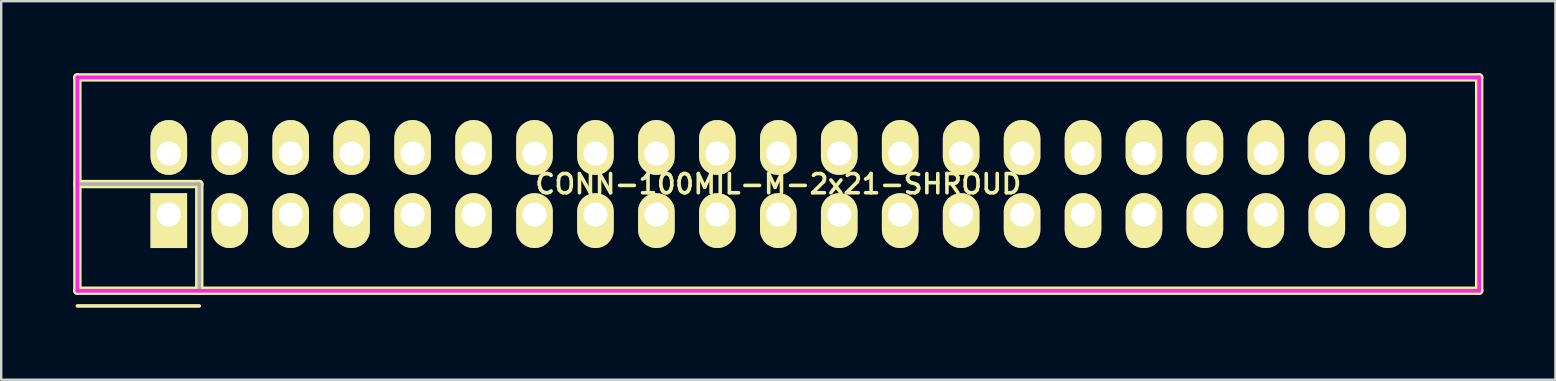
<source format=kicad_pcb>
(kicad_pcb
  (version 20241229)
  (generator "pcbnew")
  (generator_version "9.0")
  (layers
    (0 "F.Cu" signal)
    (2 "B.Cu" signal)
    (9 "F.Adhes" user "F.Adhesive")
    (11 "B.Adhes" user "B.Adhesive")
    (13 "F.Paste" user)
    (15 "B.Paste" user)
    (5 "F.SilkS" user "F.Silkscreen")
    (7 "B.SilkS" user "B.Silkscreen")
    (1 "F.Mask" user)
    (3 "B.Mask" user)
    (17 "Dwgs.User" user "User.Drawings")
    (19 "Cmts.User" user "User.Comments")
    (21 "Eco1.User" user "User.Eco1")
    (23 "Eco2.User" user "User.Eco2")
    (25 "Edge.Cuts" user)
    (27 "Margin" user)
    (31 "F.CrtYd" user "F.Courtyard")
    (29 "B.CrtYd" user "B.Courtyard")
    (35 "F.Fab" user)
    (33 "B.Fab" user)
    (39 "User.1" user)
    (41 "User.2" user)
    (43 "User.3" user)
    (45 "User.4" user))
  (footprint "CONN-100MIL-M-2x21-SHROUD"
    (layer "F.Cu")
    (at 29.385 4.62)
    (property "Reference" "CONN-100MIL-M-2x21-SHROUD" (at 0 0 0) (layer "F.SilkS") (effects (font (size 0.8 0.8) (thickness 0.15))))
    (attr through_hole)
    (fp_line (start -29.21 -4.445) (end 29.21 -4.445) (stroke (width 0.35) (type solid)) (layer "F.SilkS"))
    (fp_line (start -29.21 0) (end -24.13 0) (stroke (width 0.35) (type solid)) (layer "F.SilkS"))
    (fp_line (start -29.21 4.445) (end -29.21 -4.445) (stroke (width 0.35) (type solid)) (layer "F.SilkS"))
    (fp_line (start -29.21 5.08) (end -24.13 5.08) (stroke (width 0.15) (type solid)) (layer "F.SilkS"))
    (fp_line (start -24.13 0) (end -24.13 4.445) (stroke (width 0.35) (type solid)) (layer "F.SilkS"))
    (fp_line (start 29.21 -4.445) (end 29.21 4.445) (stroke (width 0.35) (type solid)) (layer "F.SilkS"))
    (fp_line (start 29.21 4.445) (end -29.21 4.445) (stroke (width 0.35) (type solid)) (layer "F.SilkS"))
    (fp_line (start -29.21 -4.445) (end 29.21 -4.445) (stroke (width 0.15) (type solid)) (layer "F.CrtYd"))
    (fp_line (start -29.21 4.445) (end -29.21 -4.445) (stroke (width 0.15) (type solid)) (layer "F.CrtYd"))
    (fp_line (start 29.21 -4.445) (end 29.21 4.445) (stroke (width 0.15) (type solid)) (layer "F.CrtYd"))
    (fp_line (start 29.21 4.445) (end -29.21 4.445) (stroke (width 0.15) (type solid)) (layer "F.CrtYd"))
    (fp_line (start -29.21 -4.445) (end 29.21 -4.445) (stroke (width 0.15) (type solid)) (layer "F.Fab"))
    (fp_line (start -29.21 0) (end -24.13 0) (stroke (width 0.15) (type solid)) (layer "F.Fab"))
    (fp_line (start -29.21 4.445) (end -29.21 -4.445) (stroke (width 0.15) (type solid)) (layer "F.Fab"))
    (fp_line (start -24.13 0) (end -24.13 4.445) (stroke (width 0.15) (type solid)) (layer "F.Fab"))
    (fp_line (start 29.21 -4.445) (end 29.21 4.445) (stroke (width 0.15) (type solid)) (layer "F.Fab"))
    (fp_line (start 29.21 4.445) (end -29.21 4.445) (stroke (width 0.15) (type solid)) (layer "F.Fab"))
    (pad "1" thru_hole rect (at -25.4 1.27) (size 1.524 2.286) (drill 1 (offset 0 0.254)) (layers "*.Cu" "*.Mask" "F.SilkS"))
    (pad "2" thru_hole oval (at -25.4 -1.27) (size 1.524 2.286) (drill 1 (offset 0 -0.254)) (layers "*.Cu" "*.Mask" "F.SilkS"))
    (pad "3" thru_hole oval (at -22.86 1.27) (size 1.524 2.286) (drill 1 (offset 0 0.254)) (layers "*.Cu" "*.Mask" "F.SilkS"))
    (pad "4" thru_hole oval (at -22.86 -1.27) (size 1.524 2.286) (drill 1 (offset 0 -0.254)) (layers "*.Cu" "*.Mask" "F.SilkS"))
    (pad "5" thru_hole oval (at -20.32 1.27) (size 1.524 2.286) (drill 1 (offset 0 0.254)) (layers "*.Cu" "*.Mask" "F.SilkS"))
    (pad "6" thru_hole oval (at -20.32 -1.27) (size 1.524 2.286) (drill 1 (offset 0 -0.254)) (layers "*.Cu" "*.Mask" "F.SilkS"))
    (pad "7" thru_hole oval (at -17.78 1.27) (size 1.524 2.286) (drill 1 (offset 0 0.254)) (layers "*.Cu" "*.Mask" "F.SilkS"))
    (pad "8" thru_hole oval (at -17.78 -1.27) (size 1.524 2.286) (drill 1 (offset 0 -0.254)) (layers "*.Cu" "*.Mask" "F.SilkS"))
    (pad "9" thru_hole oval (at -15.24 1.27) (size 1.524 2.286) (drill 1 (offset 0 0.254)) (layers "*.Cu" "*.Mask" "F.SilkS"))
    (pad "10" thru_hole oval (at -15.24 -1.27) (size 1.524 2.286) (drill 1 (offset 0 -0.254)) (layers "*.Cu" "*.Mask" "F.SilkS"))
    (pad "11" thru_hole oval (at -12.7 1.27) (size 1.524 2.286) (drill 1 (offset 0 0.254)) (layers "*.Cu" "*.Mask" "F.SilkS"))
    (pad "12" thru_hole oval (at -12.7 -1.27) (size 1.524 2.286) (drill 1 (offset 0 -0.254)) (layers "*.Cu" "*.Mask" "F.SilkS"))
    (pad "13" thru_hole oval (at -10.16 1.27) (size 1.524 2.286) (drill 1 (offset 0 0.254)) (layers "*.Cu" "*.Mask" "F.SilkS"))
    (pad "14" thru_hole oval (at -10.16 -1.27) (size 1.524 2.286) (drill 1 (offset 0 -0.254)) (layers "*.Cu" "*.Mask" "F.SilkS"))
    (pad "15" thru_hole oval (at -7.62 1.27) (size 1.524 2.286) (drill 1 (offset 0 0.254)) (layers "*.Cu" "*.Mask" "F.SilkS"))
    (pad "16" thru_hole oval (at -7.62 -1.27) (size 1.524 2.286) (drill 1 (offset 0 -0.254)) (layers "*.Cu" "*.Mask" "F.SilkS"))
    (pad "17" thru_hole oval (at -5.08 1.27) (size 1.524 2.286) (drill 1 (offset 0 0.254)) (layers "*.Cu" "*.Mask" "F.SilkS"))
    (pad "18" thru_hole oval (at -5.08 -1.27) (size 1.524 2.286) (drill 1 (offset 0 -0.254)) (layers "*.Cu" "*.Mask" "F.SilkS"))
    (pad "19" thru_hole oval (at -2.54 1.27) (size 1.524 2.286) (drill 1 (offset 0 0.254)) (layers "*.Cu" "*.Mask" "F.SilkS"))
    (pad "20" thru_hole oval (at -2.54 -1.27) (size 1.524 2.286) (drill 1 (offset 0 -0.254)) (layers "*.Cu" "*.Mask" "F.SilkS"))
    (pad "21" thru_hole oval (at 0 1.27) (size 1.524 2.286) (drill 1 (offset 0 0.254)) (layers "*.Cu" "*.Mask" "F.SilkS"))
    (pad "22" thru_hole oval (at 0 -1.27) (size 1.524 2.286) (drill 1 (offset 0 -0.254)) (layers "*.Cu" "*.Mask" "F.SilkS"))
    (pad "23" thru_hole oval (at 2.54 1.27) (size 1.524 2.286) (drill 1 (offset 0 0.254)) (layers "*.Cu" "*.Mask" "F.SilkS"))
    (pad "24" thru_hole oval (at 2.54 -1.27) (size 1.524 2.286) (drill 1 (offset 0 -0.254)) (layers "*.Cu" "*.Mask" "F.SilkS"))
    (pad "25" thru_hole oval (at 5.08 1.27) (size 1.524 2.286) (drill 1 (offset 0 0.254)) (layers "*.Cu" "*.Mask" "F.SilkS"))
    (pad "26" thru_hole oval (at 5.08 -1.27) (size 1.524 2.286) (drill 1 (offset 0 -0.254)) (layers "*.Cu" "*.Mask" "F.SilkS"))
    (pad "27" thru_hole oval (at 7.62 1.27) (size 1.524 2.286) (drill 1 (offset 0 0.254)) (layers "*.Cu" "*.Mask" "F.SilkS"))
    (pad "28" thru_hole oval (at 7.62 -1.27) (size 1.524 2.286) (drill 1 (offset 0 -0.254)) (layers "*.Cu" "*.Mask" "F.SilkS"))
    (pad "29" thru_hole oval (at 10.16 1.27) (size 1.524 2.286) (drill 1 (offset 0 0.254)) (layers "*.Cu" "*.Mask" "F.SilkS"))
    (pad "30" thru_hole oval (at 10.16 -1.27) (size 1.524 2.286) (drill 1 (offset 0 -0.254)) (layers "*.Cu" "*.Mask" "F.SilkS"))
    (pad "31" thru_hole oval (at 12.7 1.27) (size 1.524 2.286) (drill 1 (offset 0 0.254)) (layers "*.Cu" "*.Mask" "F.SilkS"))
    (pad "32" thru_hole oval (at 12.7 -1.27) (size 1.524 2.286) (drill 1 (offset 0 -0.254)) (layers "*.Cu" "*.Mask" "F.SilkS"))
    (pad "33" thru_hole oval (at 15.24 1.27) (size 1.524 2.286) (drill 1 (offset 0 0.254)) (layers "*.Cu" "*.Mask" "F.SilkS"))
    (pad "34" thru_hole oval (at 15.24 -1.27) (size 1.524 2.286) (drill 1 (offset 0 -0.254)) (layers "*.Cu" "*.Mask" "F.SilkS"))
    (pad "35" thru_hole oval (at 17.78 1.27) (size 1.524 2.286) (drill 1 (offset 0 0.254)) (layers "*.Cu" "*.Mask" "F.SilkS"))
    (pad "36" thru_hole oval (at 17.78 -1.27) (size 1.524 2.286) (drill 1 (offset 0 -0.254)) (layers "*.Cu" "*.Mask" "F.SilkS"))
    (pad "37" thru_hole oval (at 20.32 1.27) (size 1.524 2.286) (drill 1 (offset 0 0.254)) (layers "*.Cu" "*.Mask" "F.SilkS"))
    (pad "38" thru_hole oval (at 20.32 -1.27) (size 1.524 2.286) (drill 1 (offset 0 -0.254)) (layers "*.Cu" "*.Mask" "F.SilkS"))
    (pad "39" thru_hole oval (at 22.86 1.27) (size 1.524 2.286) (drill 1 (offset 0 0.254)) (layers "*.Cu" "*.Mask" "F.SilkS"))
    (pad "40" thru_hole oval (at 22.86 -1.27) (size 1.524 2.286) (drill 1 (offset 0 -0.254)) (layers "*.Cu" "*.Mask" "F.SilkS"))
    (pad "41" thru_hole oval (at 25.4 1.27) (size 1.524 2.286) (drill 1 (offset 0 0.254)) (layers "*.Cu" "*.Mask" "F.SilkS"))
    (pad "42" thru_hole oval (at 25.4 -1.27) (size 1.524 2.286) (drill 1 (offset 0 -0.254)) (layers "*.Cu" "*.Mask" "F.SilkS")))
  (gr_rect
    (start -3 -3)
    (end 61.77 12.775)
    (stroke (width 0.1) (type default))
    (fill no)
    (layer "Edge.Cuts")))
</source>
